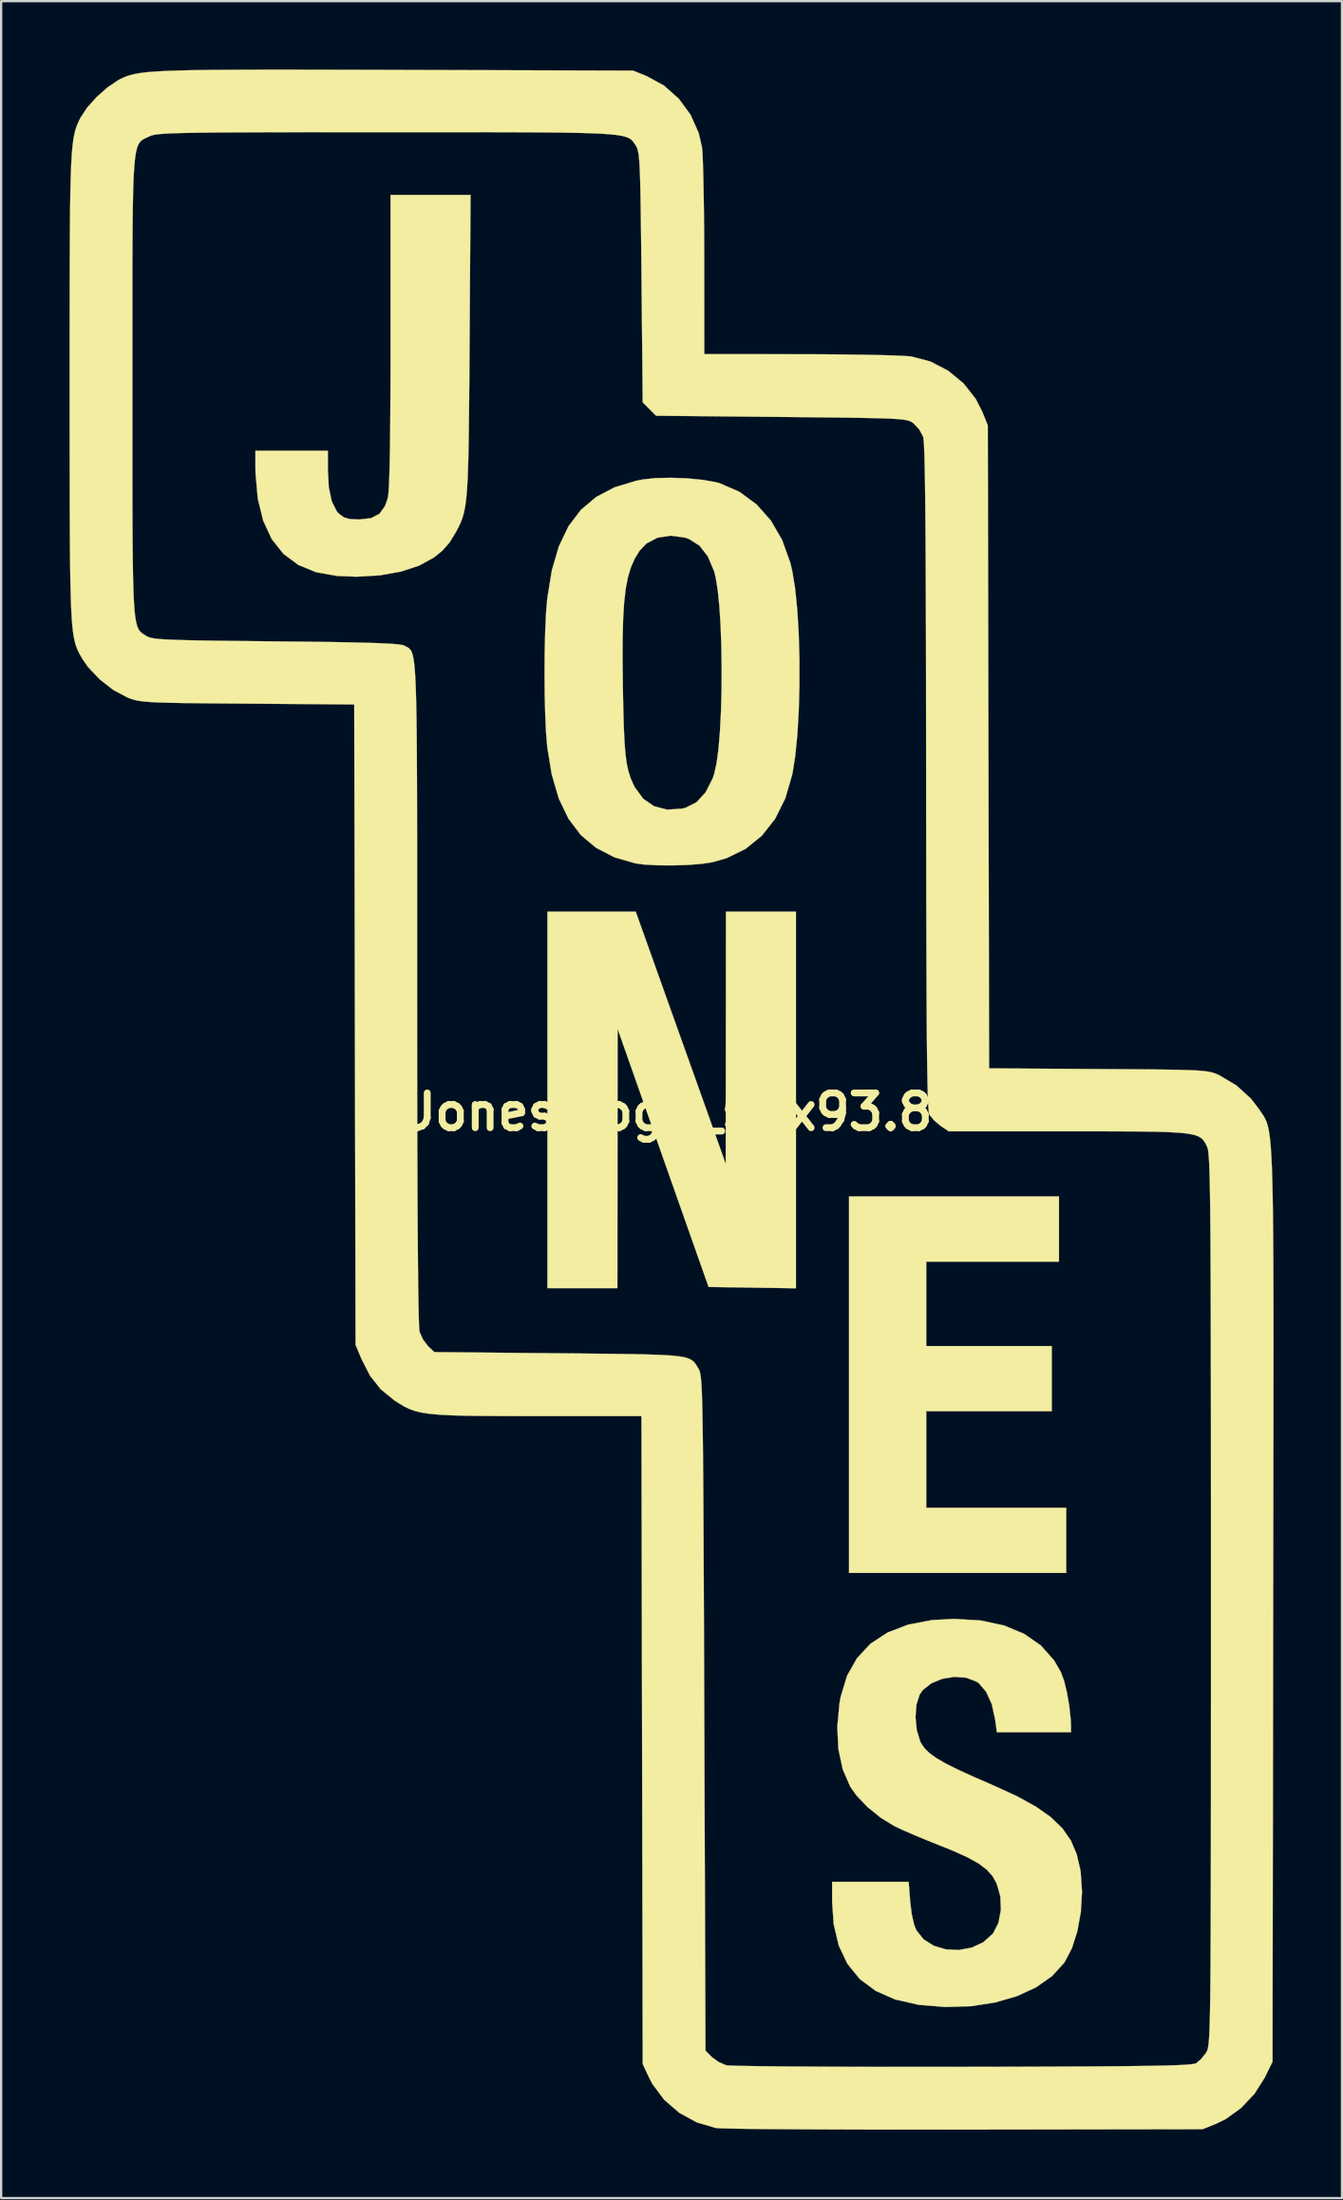
<source format=kicad_pcb>
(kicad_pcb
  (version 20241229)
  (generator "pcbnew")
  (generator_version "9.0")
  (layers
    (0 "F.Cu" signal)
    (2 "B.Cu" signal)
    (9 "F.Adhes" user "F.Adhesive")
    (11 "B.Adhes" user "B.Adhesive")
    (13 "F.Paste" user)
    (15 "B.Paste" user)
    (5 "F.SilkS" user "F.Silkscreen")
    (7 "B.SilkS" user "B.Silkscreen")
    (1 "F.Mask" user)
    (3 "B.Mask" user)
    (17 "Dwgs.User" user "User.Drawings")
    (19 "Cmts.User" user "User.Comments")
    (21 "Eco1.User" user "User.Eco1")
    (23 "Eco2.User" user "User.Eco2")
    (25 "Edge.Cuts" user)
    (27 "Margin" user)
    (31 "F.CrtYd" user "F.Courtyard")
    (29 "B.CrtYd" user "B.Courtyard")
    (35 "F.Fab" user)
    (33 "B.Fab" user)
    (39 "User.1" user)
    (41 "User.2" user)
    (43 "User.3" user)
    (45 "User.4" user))
  (footprint "Jones_logo_55x93.8"
    (layer "F.Cu")
    (at 26.356 45.714)
    (property "Reference" "Jones_logo_55x93.8" (at 0 0 0) (layer "F.SilkS") (effects (font (size 1.524 1.524) (thickness 0.3))))
    (attr through_hole)
    (fp_poly (pts (xy 17.039 6.562) (xy 11.218 6.562) (xy 11.218 10.266) (xy 16.722 10.266) (xy 16.722 13.123) (xy 11.218 13.123) (xy 11.218 17.357) (xy 17.357 17.357) (xy 17.357 20.214) (xy 7.832 20.214) (xy 7.832 3.704) (xy 17.039 3.704) (xy 17.039 6.562)) (stroke (width 0.01) (type solid)) (fill yes) (layer "F.SilkS"))
    (fp_poly (pts (xy 0.45 -3.254) (xy 2.424 2.275) (xy 2.429 -3.254) (xy 2.434 -8.784) (xy 5.503 -8.784) (xy 5.503 7.731) (xy 3.588 7.702) (xy 1.672 7.673) (xy -0.324 2.011) (xy -2.319 -3.651) (xy -2.324 2.037) (xy -2.328 7.726) (xy -5.397 7.726) (xy -5.397 -8.784) (xy -1.523 -8.784) (xy 0.45 -3.254)) (stroke (width 0.01) (type solid)) (fill yes) (layer "F.SilkS"))
    (fp_poly (pts (xy -8.812 -33.629) (xy -8.822 -32.22) (xy -8.832 -31.007) (xy -8.843 -29.971) (xy -8.857 -29.096) (xy -8.874 -28.364) (xy -8.897 -27.759) (xy -8.926 -27.264) (xy -8.962 -26.861) (xy -9.007 -26.535) (xy -9.062 -26.266) (xy -9.128 -26.04) (xy -9.206 -25.838) (xy -9.297 -25.644) (xy -9.398 -25.453) (xy -9.691 -24.972) (xy -10.014 -24.607) (xy -10.372 -24.319) (xy -11.017 -23.962) (xy -11.821 -23.698) (xy -12.748 -23.533) (xy -13.764 -23.474) (xy -14.613 -23.507) (xy -15.537 -23.669) (xy -16.324 -23.991) (xy -16.974 -24.475) (xy -17.486 -25.12) (xy -17.861 -25.926) (xy -18.099 -26.892) (xy -18.199 -28.019) (xy -18.203 -28.284) (xy -18.203 -28.998) (xy -15.028 -28.998) (xy -15.028 -28.199) (xy -14.986 -27.398) (xy -14.858 -26.785) (xy -14.643 -26.352) (xy -14.533 -26.229) (xy -14.329 -26.079) (xy -14.077 -26.004) (xy -13.7 -25.982) (xy -13.652 -25.982) (xy -13.133 -26.041) (xy -12.764 -26.232) (xy -12.515 -26.579) (xy -12.393 -26.937) (xy -12.364 -27.16) (xy -12.34 -27.586) (xy -12.319 -28.216) (xy -12.303 -29.051) (xy -12.29 -30.093) (xy -12.282 -31.344) (xy -12.277 -32.804) (xy -12.277 -33.808) (xy -12.277 -40.217) (xy -8.769 -40.217) (xy -8.812 -33.629)) (stroke (width 0.01) (type solid)) (fill yes) (layer "F.SilkS"))
    (fp_poly (pts (xy 0.742 -27.786) (xy 1.417 -27.72) (xy 1.985 -27.62) (xy 2.161 -27.572) (xy 3.022 -27.197) (xy 3.773 -26.648) (xy 4.402 -25.938) (xy 4.9 -25.079) (xy 5.256 -24.084) (xy 5.342 -23.722) (xy 5.467 -22.953) (xy 5.561 -22.022) (xy 5.624 -20.974) (xy 5.656 -19.855) (xy 5.656 -18.712) (xy 5.626 -17.592) (xy 5.564 -16.54) (xy 5.471 -15.603) (xy 5.348 -14.827) (xy 5.342 -14.801) (xy 5.036 -13.753) (xy 4.59 -12.856) (xy 4.009 -12.117) (xy 3.298 -11.54) (xy 2.461 -11.13) (xy 1.829 -10.951) (xy 1.349 -10.88) (xy 0.74 -10.833) (xy 0.072 -10.813) (xy -0.585 -10.819) (xy -1.162 -10.852) (xy -1.535 -10.903) (xy -2.468 -11.173) (xy -3.266 -11.586) (xy -3.933 -12.147) (xy -4.476 -12.865) (xy -4.898 -13.746) (xy -5.207 -14.798) (xy -5.403 -15.998) (xy -5.455 -16.619) (xy -5.492 -17.4) (xy -5.515 -18.287) (xy -5.523 -19.228) (xy -5.519 -19.664) (xy -2.1 -19.664) (xy -2.088 -18.651) (xy -2.069 -17.664) (xy -2.046 -16.862) (xy -2.015 -16.216) (xy -1.974 -15.7) (xy -1.919 -15.286) (xy -1.846 -14.947) (xy -1.753 -14.655) (xy -1.636 -14.383) (xy -1.561 -14.235) (xy -1.194 -13.735) (xy -0.714 -13.406) (xy -0.142 -13.259) (xy 0.497 -13.301) (xy 0.66 -13.34) (xy 1.139 -13.581) (xy 1.537 -14.011) (xy 1.847 -14.618) (xy 1.916 -14.817) (xy 2.02 -15.276) (xy 2.105 -15.909) (xy 2.17 -16.681) (xy 2.215 -17.554) (xy 2.241 -18.493) (xy 2.246 -19.461) (xy 2.232 -20.421) (xy 2.199 -21.338) (xy 2.145 -22.175) (xy 2.072 -22.895) (xy 1.979 -23.463) (xy 1.916 -23.707) (xy 1.639 -24.364) (xy 1.274 -24.835) (xy 0.815 -25.127) (xy 0.626 -25.191) (xy -0.001 -25.273) (xy -0.575 -25.182) (xy -1.058 -24.927) (xy -1.362 -24.604) (xy -1.565 -24.27) (xy -1.73 -23.9) (xy -1.861 -23.471) (xy -1.961 -22.961) (xy -2.032 -22.348) (xy -2.077 -21.609) (xy -2.099 -20.722) (xy -2.1 -19.664) (xy -5.519 -19.664) (xy -5.516 -20.172) (xy -5.494 -21.065) (xy -5.458 -21.856) (xy -5.407 -22.493) (xy -5.402 -22.533) (xy -5.201 -23.76) (xy -4.894 -24.808) (xy -4.472 -25.687) (xy -3.929 -26.405) (xy -3.259 -26.971) (xy -2.453 -27.393) (xy -1.507 -27.679) (xy -1.203 -27.739) (xy -0.641 -27.799) (xy 0.032 -27.813) (xy 0.742 -27.786)) (stroke (width 0.01) (type solid)) (fill yes) (layer "F.SilkS"))
    (fp_poly (pts (xy 13.609 22.299) (xy 14.633 22.519) (xy 15.513 22.885) (xy 16.245 23.395) (xy 16.824 24.047) (xy 17.123 24.562) (xy 17.263 24.945) (xy 17.39 25.466) (xy 17.491 26.051) (xy 17.553 26.624) (xy 17.565 26.908) (xy 17.568 27.199) (xy 14.315 27.199) (xy 14.241 26.644) (xy 14.092 25.97) (xy 13.848 25.429) (xy 13.525 25.052) (xy 13.422 24.98) (xy 12.968 24.808) (xy 12.447 24.772) (xy 11.918 24.859) (xy 11.438 25.056) (xy 11.067 25.349) (xy 10.931 25.543) (xy 10.789 25.99) (xy 10.746 26.537) (xy 10.801 27.1) (xy 10.95 27.594) (xy 11.003 27.7) (xy 11.151 27.912) (xy 11.363 28.119) (xy 11.663 28.334) (xy 12.071 28.571) (xy 12.612 28.842) (xy 13.306 29.159) (xy 14.163 29.531) (xy 15.187 30) (xy 16.019 30.457) (xy 16.68 30.922) (xy 17.187 31.412) (xy 17.56 31.947) (xy 17.816 32.545) (xy 17.975 33.225) (xy 17.991 33.331) (xy 18.05 34.193) (xy 17.999 35.074) (xy 17.847 35.921) (xy 17.604 36.68) (xy 17.28 37.294) (xy 17.272 37.305) (xy 16.738 37.893) (xy 16.038 38.385) (xy 15.195 38.774) (xy 14.236 39.052) (xy 13.185 39.214) (xy 12.067 39.25) (xy 10.909 39.155) (xy 10.852 39.146) (xy 9.847 38.916) (xy 8.998 38.541) (xy 8.303 38.023) (xy 7.764 37.361) (xy 7.382 36.558) (xy 7.158 35.614) (xy 7.091 34.634) (xy 7.091 33.761) (xy 10.446 33.761) (xy 10.513 34.623) (xy 10.578 35.156) (xy 10.679 35.61) (xy 10.775 35.867) (xy 11.097 36.278) (xy 11.547 36.564) (xy 12.078 36.721) (xy 12.647 36.749) (xy 13.209 36.646) (xy 13.72 36.409) (xy 14.135 36.037) (xy 14.157 36.009) (xy 14.387 35.552) (xy 14.492 34.992) (xy 14.468 34.397) (xy 14.309 33.839) (xy 14.308 33.836) (xy 14.127 33.512) (xy 13.872 33.226) (xy 13.515 32.956) (xy 13.029 32.686) (xy 12.385 32.396) (xy 11.832 32.173) (xy 11.263 31.945) (xy 10.7 31.711) (xy 10.208 31.497) (xy 9.846 31.328) (xy 9.82 31.315) (xy 9.22 30.949) (xy 8.647 30.484) (xy 8.162 29.978) (xy 7.884 29.584) (xy 7.555 28.825) (xy 7.365 27.939) (xy 7.317 26.961) (xy 7.414 25.927) (xy 7.468 25.634) (xy 7.747 24.72) (xy 8.184 23.947) (xy 8.777 23.315) (xy 9.524 22.826) (xy 10.423 22.482) (xy 11.471 22.282) (xy 12.445 22.229) (xy 13.609 22.299)) (stroke (width 0.01) (type solid)) (fill yes) (layer "F.SilkS"))
    (fp_poly (pts (xy -15.559 -45.707) (xy -13.986 -45.704) (xy -12.216 -45.699) (xy -12.012 -45.698) (xy -1.64 -45.667) (xy -1.032 -45.421) (xy -0.28 -45.008) (xy 0.367 -44.432) (xy 0.882 -43.729) (xy 1.237 -42.934) (xy 1.38 -42.319) (xy 1.402 -42.064) (xy 1.422 -41.624) (xy 1.44 -41.027) (xy 1.455 -40.301) (xy 1.467 -39.474) (xy 1.476 -38.573) (xy 1.479 -37.625) (xy 1.48 -37.439) (xy 1.482 -33.232) (xy 5.689 -33.23) (xy 6.642 -33.227) (xy 7.554 -33.219) (xy 8.398 -33.208) (xy 9.146 -33.193) (xy 9.769 -33.176) (xy 10.242 -33.156) (xy 10.536 -33.134) (xy 10.569 -33.13) (xy 11.41 -32.907) (xy 12.183 -32.505) (xy 12.854 -31.951) (xy 13.389 -31.272) (xy 13.671 -30.718) (xy 13.917 -30.11) (xy 13.974 -1.913) (xy 18.761 -1.883) (xy 19.893 -1.875) (xy 20.833 -1.868) (xy 21.601 -1.86) (xy 22.219 -1.85) (xy 22.705 -1.837) (xy 23.081 -1.82) (xy 23.367 -1.798) (xy 23.582 -1.77) (xy 23.746 -1.735) (xy 23.881 -1.692) (xy 24.007 -1.64) (xy 24.069 -1.612) (xy 24.824 -1.163) (xy 25.464 -0.581) (xy 25.806 -0.133) (xy 25.884 -0.016) (xy 25.955 0.088) (xy 26.021 0.188) (xy 26.08 0.293) (xy 26.134 0.412) (xy 26.183 0.554) (xy 26.226 0.729) (xy 26.265 0.945) (xy 26.299 1.212) (xy 26.328 1.538) (xy 26.354 1.932) (xy 26.376 2.405) (xy 26.395 2.964) (xy 26.41 3.619) (xy 26.422 4.378) (xy 26.431 5.252) (xy 26.438 6.249) (xy 26.443 7.378) (xy 26.446 8.648) (xy 26.447 10.068) (xy 26.446 11.648) (xy 26.445 13.396) (xy 26.442 15.322) (xy 26.439 17.434) (xy 26.436 19.742) (xy 26.433 21.653) (xy 26.405 41.65) (xy 26.059 42.354) (xy 25.612 43.058) (xy 25.027 43.677) (xy 24.354 44.163) (xy 23.944 44.363) (xy 23.336 44.609) (xy 12.912 44.625) (xy 11.433 44.626) (xy 10.007 44.626) (xy 8.649 44.624) (xy 7.374 44.62) (xy 6.196 44.615) (xy 5.133 44.609) (xy 4.197 44.601) (xy 3.405 44.593) (xy 2.773 44.583) (xy 2.314 44.572) (xy 2.044 44.56) (xy 1.988 44.555) (xy 1.152 44.309) (xy 0.385 43.888) (xy -0.274 43.32) (xy -0.789 42.631) (xy -0.934 42.354) (xy -1.217 41.751) (xy -1.272 13.335) (xy -5.856 13.335) (xy -7.045 13.334) (xy -8.044 13.33) (xy -8.872 13.321) (xy -9.553 13.304) (xy -10.105 13.277) (xy -10.551 13.237) (xy -10.912 13.183) (xy -11.208 13.112) (xy -11.46 13.021) (xy -11.689 12.908) (xy -11.917 12.772) (xy -12.118 12.64) (xy -12.708 12.159) (xy -13.171 11.574) (xy -13.54 10.855) (xy -13.811 10.213) (xy -13.869 -17.872) (xy -18.55 -17.908) (xy -19.668 -17.916) (xy -20.596 -17.925) (xy -21.354 -17.934) (xy -21.962 -17.945) (xy -22.443 -17.959) (xy -22.815 -17.978) (xy -23.101 -18.001) (xy -23.321 -18.031) (xy -23.495 -18.068) (xy -23.646 -18.113) (xy -23.793 -18.168) (xy -23.834 -18.185) (xy -24.44 -18.51) (xy -25.033 -18.972) (xy -25.541 -19.508) (xy -25.79 -19.867) (xy -25.879 -20.021) (xy -25.959 -20.169) (xy -26.029 -20.323) (xy -26.091 -20.495) (xy -26.143 -20.7) (xy -26.189 -20.949) (xy -26.227 -21.257) (xy -26.258 -21.636) (xy -26.284 -22.1) (xy -26.304 -22.66) (xy -26.32 -23.331) (xy -26.331 -24.125) (xy -26.34 -25.056) (xy -26.345 -26.136) (xy -26.348 -27.379) (xy -26.35 -28.798) (xy -26.351 -30.405) (xy -26.351 -31.771) (xy -26.351 -33.528) (xy -26.351 -34.098) (xy -23.601 -34.098) (xy -23.601 -32.436) (xy -23.601 -31.826) (xy -23.601 -30.099) (xy -23.601 -28.572) (xy -23.599 -27.231) (xy -23.597 -26.063) (xy -23.591 -25.057) (xy -23.583 -24.199) (xy -23.571 -23.477) (xy -23.555 -22.877) (xy -23.533 -22.389) (xy -23.506 -21.998) (xy -23.472 -21.693) (xy -23.431 -21.46) (xy -23.382 -21.287) (xy -23.325 -21.161) (xy -23.258 -21.07) (xy -23.182 -21.001) (xy -23.095 -20.941) (xy -23.006 -20.884) (xy -22.928 -20.84) (xy -22.824 -20.803) (xy -22.678 -20.772) (xy -22.472 -20.746) (xy -22.186 -20.725) (xy -21.804 -20.707) (xy -21.307 -20.691) (xy -20.677 -20.678) (xy -19.897 -20.666) (xy -18.948 -20.654) (xy -17.812 -20.642) (xy -17.309 -20.637) (xy -16.019 -20.624) (xy -14.927 -20.609) (xy -14.02 -20.593) (xy -13.282 -20.575) (xy -12.701 -20.555) (xy -12.262 -20.533) (xy -11.952 -20.507) (xy -11.756 -20.478) (xy -11.669 -20.449) (xy -11.592 -20.408) (xy -11.522 -20.372) (xy -11.459 -20.329) (xy -11.403 -20.269) (xy -11.353 -20.182) (xy -11.31 -20.057) (xy -11.272 -19.885) (xy -11.239 -19.653) (xy -11.211 -19.353) (xy -11.187 -18.973) (xy -11.168 -18.504) (xy -11.152 -17.933) (xy -11.139 -17.252) (xy -11.13 -16.45) (xy -11.123 -15.515) (xy -11.118 -14.439) (xy -11.115 -13.21) (xy -11.113 -11.817) (xy -11.112 -10.251) (xy -11.112 -8.501) (xy -11.112 -6.556) (xy -11.112 -5.218) (xy -11.111 -2.993) (xy -11.109 -0.934) (xy -11.105 0.956) (xy -11.099 2.671) (xy -11.093 4.209) (xy -11.084 5.564) (xy -11.075 6.733) (xy -11.064 7.712) (xy -11.051 8.495) (xy -11.038 9.08) (xy -11.023 9.462) (xy -11.007 9.636) (xy -11.006 9.639) (xy -10.855 9.976) (xy -10.636 10.267) (xy -10.628 10.274) (xy -10.355 10.53) (xy -4.886 10.583) (xy -3.64 10.595) (xy -2.588 10.606) (xy -1.712 10.618) (xy -0.995 10.634) (xy -0.419 10.654) (xy 0.033 10.681) (xy 0.378 10.716) (xy 0.636 10.763) (xy 0.822 10.822) (xy 0.955 10.897) (xy 1.052 10.987) (xy 1.131 11.097) (xy 1.21 11.227) (xy 1.231 11.263) (xy 1.259 11.314) (xy 1.284 11.381) (xy 1.306 11.474) (xy 1.327 11.603) (xy 1.345 11.778) (xy 1.361 12.011) (xy 1.376 12.312) (xy 1.388 12.691) (xy 1.4 13.159) (xy 1.41 13.727) (xy 1.42 14.404) (xy 1.428 15.202) (xy 1.436 16.132) (xy 1.443 17.203) (xy 1.45 18.426) (xy 1.456 19.812) (xy 1.463 21.372) (xy 1.47 23.115) (xy 1.477 25.053) (xy 1.482 26.377) (xy 1.535 41.164) (xy 1.812 41.442) (xy 2.107 41.659) (xy 2.436 41.802) (xy 2.447 41.805) (xy 2.603 41.817) (xy 2.955 41.829) (xy 3.488 41.839) (xy 4.187 41.848) (xy 5.037 41.856) (xy 6.022 41.863) (xy 7.127 41.869) (xy 8.336 41.873) (xy 9.635 41.875) (xy 11.008 41.876) (xy 12.44 41.875) (xy 12.806 41.874) (xy 14.547 41.871) (xy 16.087 41.866) (xy 17.438 41.861) (xy 18.612 41.855) (xy 19.619 41.847) (xy 20.471 41.838) (xy 21.18 41.828) (xy 21.756 41.815) (xy 22.211 41.801) (xy 22.556 41.784) (xy 22.803 41.765) (xy 22.963 41.744) (xy 23.047 41.72) (xy 23.051 41.718) (xy 23.273 41.532) (xy 23.486 41.265) (xy 23.5 41.242) (xy 23.525 41.197) (xy 23.548 41.142) (xy 23.569 41.069) (xy 23.588 40.967) (xy 23.606 40.828) (xy 23.621 40.643) (xy 23.635 40.402) (xy 23.647 40.097) (xy 23.658 39.717) (xy 23.667 39.255) (xy 23.675 38.7) (xy 23.682 38.045) (xy 23.688 37.278) (xy 23.692 36.392) (xy 23.696 35.378) (xy 23.699 34.225) (xy 23.702 32.925) (xy 23.703 31.469) (xy 23.705 29.848) (xy 23.705 28.052) (xy 23.706 26.072) (xy 23.706 23.899) (xy 23.706 21.525) (xy 23.706 21.394) (xy 23.706 18.991) (xy 23.706 16.791) (xy 23.705 14.784) (xy 23.704 12.962) (xy 23.702 11.316) (xy 23.7 9.836) (xy 23.697 8.514) (xy 23.693 7.341) (xy 23.688 6.308) (xy 23.683 5.405) (xy 23.676 4.624) (xy 23.668 3.956) (xy 23.66 3.391) (xy 23.65 2.922) (xy 23.638 2.538) (xy 23.626 2.231) (xy 23.612 1.991) (xy 23.596 1.811) (xy 23.579 1.68) (xy 23.56 1.59) (xy 23.54 1.532) (xy 23.467 1.384) (xy 23.39 1.259) (xy 23.292 1.154) (xy 23.154 1.069) (xy 22.959 1.002) (xy 22.69 0.949) (xy 22.33 0.91) (xy 21.86 0.883) (xy 21.264 0.865) (xy 20.524 0.854) (xy 19.623 0.849) (xy 18.542 0.847) (xy 17.436 0.847) (xy 12.202 0.847) (xy 11.844 0.605) (xy 11.576 0.382) (xy 11.376 0.142) (xy 11.354 0.103) (xy 11.334 0.023) (xy 11.317 -0.143) (xy 11.301 -0.403) (xy 11.286 -0.767) (xy 11.274 -1.243) (xy 11.263 -1.839) (xy 11.253 -2.565) (xy 11.244 -3.43) (xy 11.237 -4.443) (xy 11.231 -5.611) (xy 11.226 -6.945) (xy 11.222 -8.453) (xy 11.218 -10.143) (xy 11.216 -12.025) (xy 11.214 -14.108) (xy 11.214 -14.711) (xy 11.212 -16.892) (xy 11.21 -18.87) (xy 11.207 -20.652) (xy 11.202 -22.247) (xy 11.197 -23.661) (xy 11.19 -24.903) (xy 11.182 -25.98) (xy 11.173 -26.902) (xy 11.163 -27.675) (xy 11.151 -28.308) (xy 11.138 -28.808) (xy 11.123 -29.183) (xy 11.106 -29.442) (xy 11.088 -29.591) (xy 11.08 -29.623) (xy 10.904 -29.941) (xy 10.658 -30.204) (xy 10.655 -30.206) (xy 10.583 -30.255) (xy 10.5 -30.296) (xy 10.388 -30.331) (xy 10.228 -30.36) (xy 10.003 -30.384) (xy 9.695 -30.403) (xy 9.286 -30.419) (xy 8.758 -30.432) (xy 8.093 -30.444) (xy 7.274 -30.455) (xy 6.282 -30.466) (xy 5.099 -30.478) (xy 4.863 -30.48) (xy -0.63 -30.533) (xy -0.924 -30.826) (xy -1.217 -31.12) (xy -1.27 -36.599) (xy -1.282 -37.822) (xy -1.294 -38.852) (xy -1.306 -39.705) (xy -1.318 -40.401) (xy -1.332 -40.956) (xy -1.349 -41.388) (xy -1.369 -41.716) (xy -1.392 -41.957) (xy -1.421 -42.129) (xy -1.455 -42.25) (xy -1.495 -42.338) (xy -1.516 -42.373) (xy -1.579 -42.471) (xy -1.639 -42.557) (xy -1.71 -42.632) (xy -1.803 -42.698) (xy -1.933 -42.755) (xy -2.111 -42.803) (xy -2.35 -42.843) (xy -2.663 -42.876) (xy -3.062 -42.903) (xy -3.561 -42.924) (xy -4.171 -42.94) (xy -4.905 -42.952) (xy -5.776 -42.959) (xy -6.797 -42.964) (xy -7.98 -42.967) (xy -9.338 -42.968) (xy -10.883 -42.968) (xy -12.458 -42.968) (xy -14.147 -42.968) (xy -15.637 -42.967) (xy -16.941 -42.966) (xy -18.072 -42.963) (xy -19.044 -42.959) (xy -19.868 -42.954) (xy -20.559 -42.947) (xy -21.128 -42.938) (xy -21.59 -42.927) (xy -21.956 -42.914) (xy -22.241 -42.898) (xy -22.456 -42.879) (xy -22.615 -42.857) (xy -22.73 -42.832) (xy -22.816 -42.803) (xy -22.86 -42.783) (xy -22.981 -42.726) (xy -23.088 -42.675) (xy -23.182 -42.618) (xy -23.264 -42.541) (xy -23.335 -42.433) (xy -23.394 -42.281) (xy -23.445 -42.072) (xy -23.486 -41.793) (xy -23.519 -41.433) (xy -23.546 -40.978) (xy -23.566 -40.417) (xy -23.58 -39.736) (xy -23.59 -38.922) (xy -23.596 -37.965) (xy -23.6 -36.85) (xy -23.601 -35.565) (xy -23.601 -34.098) (xy -26.351 -34.098) (xy -26.35 -35.086) (xy -26.349 -36.458) (xy -26.345 -37.658) (xy -26.339 -38.699) (xy -26.331 -39.594) (xy -26.319 -40.356) (xy -26.303 -40.998) (xy -26.283 -41.534) (xy -26.258 -41.976) (xy -26.227 -42.337) (xy -26.191 -42.631) (xy -26.148 -42.871) (xy -26.098 -43.07) (xy -26.04 -43.241) (xy -25.975 -43.398) (xy -25.9 -43.552) (xy -25.874 -43.605) (xy -25.584 -44.044) (xy -25.168 -44.507) (xy -24.691 -44.931) (xy -24.218 -45.251) (xy -24.161 -45.281) (xy -24.013 -45.353) (xy -23.861 -45.416) (xy -23.69 -45.472) (xy -23.488 -45.521) (xy -23.243 -45.563) (xy -22.94 -45.599) (xy -22.569 -45.628) (xy -22.115 -45.653) (xy -21.566 -45.672) (xy -20.909 -45.687) (xy -20.131 -45.697) (xy -19.22 -45.704) (xy -18.163 -45.708) (xy -16.947 -45.709) (xy -15.559 -45.707)) (stroke (width 0.01) (type solid)) (fill yes) (layer "F.SilkS")))
  (gr_rect
    (start -3 -3)
    (end 55.808 93.345)
    (stroke (width 0.1) (type default))
    (fill no)
    (layer "Edge.Cuts")))
</source>
